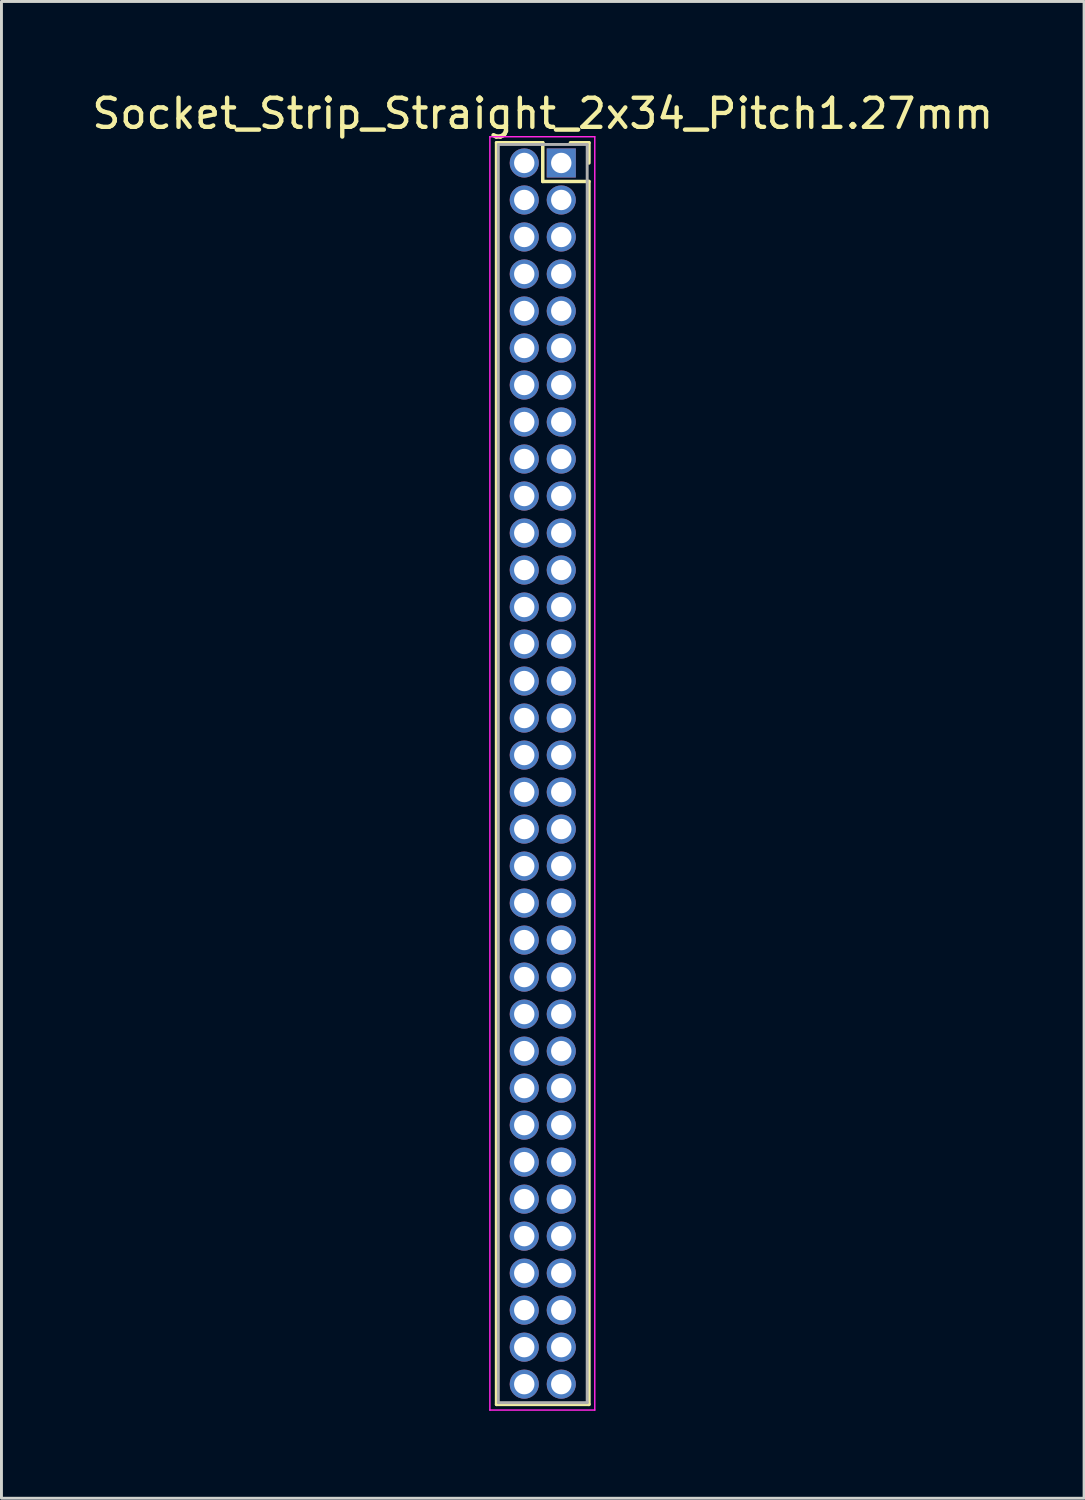
<source format=kicad_pcb>
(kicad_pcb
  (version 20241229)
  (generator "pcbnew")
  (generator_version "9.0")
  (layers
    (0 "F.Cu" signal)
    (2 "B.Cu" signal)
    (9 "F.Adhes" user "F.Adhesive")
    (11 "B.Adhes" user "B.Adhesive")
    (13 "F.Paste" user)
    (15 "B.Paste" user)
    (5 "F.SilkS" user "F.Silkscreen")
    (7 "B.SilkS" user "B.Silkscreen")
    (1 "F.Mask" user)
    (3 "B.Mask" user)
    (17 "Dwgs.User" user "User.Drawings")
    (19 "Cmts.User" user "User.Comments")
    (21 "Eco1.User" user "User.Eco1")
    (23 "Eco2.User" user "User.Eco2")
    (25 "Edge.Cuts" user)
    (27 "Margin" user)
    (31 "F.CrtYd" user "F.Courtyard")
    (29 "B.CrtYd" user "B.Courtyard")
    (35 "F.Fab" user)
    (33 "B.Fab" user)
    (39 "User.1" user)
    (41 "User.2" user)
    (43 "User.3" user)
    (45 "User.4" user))
  (footprint "Socket_Strip_Straight_2x34_Pitch1.27mm"
    (layer "F.Cu")
    (at 16.212 2.543)
    (property "Reference" "Socket_Strip_Straight_2x34_Pitch1.27mm" (at -0.635 -1.695 0) (layer "F.SilkS") (effects (font (size 1 1) (thickness 0.15))))
    (attr through_hole)
    (fp_line (start -2.22 -0.695) (end -0.635 -0.695) (stroke (width 0.12) (type solid)) (layer "F.SilkS"))
    (fp_line (start -2.22 42.605) (end -2.22 -0.695) (stroke (width 0.12) (type solid)) (layer "F.SilkS"))
    (fp_line (start -0.635 -0.695) (end -0.635 0.635) (stroke (width 0.12) (type solid)) (layer "F.SilkS"))
    (fp_line (start -0.635 0.635) (end 0.95 0.635) (stroke (width 0.12) (type solid)) (layer "F.SilkS"))
    (fp_line (start 0.95 -0.695) (end 0.315 -0.695) (stroke (width 0.12) (type solid)) (layer "F.SilkS"))
    (fp_line (start 0.95 0) (end 0.95 -0.695) (stroke (width 0.12) (type solid)) (layer "F.SilkS"))
    (fp_line (start 0.95 0.635) (end 0.95 42.605) (stroke (width 0.12) (type solid)) (layer "F.SilkS"))
    (fp_line (start 0.95 42.605) (end -2.22 42.605) (stroke (width 0.12) (type solid)) (layer "F.SilkS"))
    (fp_line (start -2.45 -0.9) (end -2.45 42.8) (stroke (width 0.05) (type solid)) (layer "F.CrtYd"))
    (fp_line (start -2.45 42.8) (end 1.15 42.8) (stroke (width 0.05) (type solid)) (layer "F.CrtYd"))
    (fp_line (start 1.15 -0.9) (end -2.45 -0.9) (stroke (width 0.05) (type solid)) (layer "F.CrtYd"))
    (fp_line (start 1.15 42.8) (end 1.15 -0.9) (stroke (width 0.05) (type solid)) (layer "F.CrtYd"))
    (fp_line (start -2.16 -0.635) (end -2.16 42.545) (stroke (width 0.1) (type solid)) (layer "F.Fab"))
    (fp_line (start -2.16 42.545) (end 0.89 42.545) (stroke (width 0.1) (type solid)) (layer "F.Fab"))
    (fp_line (start 0.89 -0.635) (end -2.16 -0.635) (stroke (width 0.1) (type solid)) (layer "F.Fab"))
    (fp_line (start 0.89 42.545) (end 0.89 -0.635) (stroke (width 0.1) (type solid)) (layer "F.Fab"))
    (pad "1" thru_hole rect (at 0 0) (size 1 1) (drill 0.7) (layers "*.Cu" "*.Mask"))
    (pad "2" thru_hole oval (at -1.27 0) (size 1 1) (drill 0.7) (layers "*.Cu" "*.Mask"))
    (pad "3" thru_hole oval (at 0 1.27) (size 1 1) (drill 0.7) (layers "*.Cu" "*.Mask"))
    (pad "4" thru_hole oval (at -1.27 1.27) (size 1 1) (drill 0.7) (layers "*.Cu" "*.Mask"))
    (pad "5" thru_hole oval (at 0 2.54) (size 1 1) (drill 0.7) (layers "*.Cu" "*.Mask"))
    (pad "6" thru_hole oval (at -1.27 2.54) (size 1 1) (drill 0.7) (layers "*.Cu" "*.Mask"))
    (pad "7" thru_hole oval (at 0 3.81) (size 1 1) (drill 0.7) (layers "*.Cu" "*.Mask"))
    (pad "8" thru_hole oval (at -1.27 3.81) (size 1 1) (drill 0.7) (layers "*.Cu" "*.Mask"))
    (pad "9" thru_hole oval (at 0 5.08) (size 1 1) (drill 0.7) (layers "*.Cu" "*.Mask"))
    (pad "10" thru_hole oval (at -1.27 5.08) (size 1 1) (drill 0.7) (layers "*.Cu" "*.Mask"))
    (pad "11" thru_hole oval (at 0 6.35) (size 1 1) (drill 0.7) (layers "*.Cu" "*.Mask"))
    (pad "12" thru_hole oval (at -1.27 6.35) (size 1 1) (drill 0.7) (layers "*.Cu" "*.Mask"))
    (pad "13" thru_hole oval (at 0 7.62) (size 1 1) (drill 0.7) (layers "*.Cu" "*.Mask"))
    (pad "14" thru_hole oval (at -1.27 7.62) (size 1 1) (drill 0.7) (layers "*.Cu" "*.Mask"))
    (pad "15" thru_hole oval (at 0 8.89) (size 1 1) (drill 0.7) (layers "*.Cu" "*.Mask"))
    (pad "16" thru_hole oval (at -1.27 8.89) (size 1 1) (drill 0.7) (layers "*.Cu" "*.Mask"))
    (pad "17" thru_hole oval (at 0 10.16) (size 1 1) (drill 0.7) (layers "*.Cu" "*.Mask"))
    (pad "18" thru_hole oval (at -1.27 10.16) (size 1 1) (drill 0.7) (layers "*.Cu" "*.Mask"))
    (pad "19" thru_hole oval (at 0 11.43) (size 1 1) (drill 0.7) (layers "*.Cu" "*.Mask"))
    (pad "20" thru_hole oval (at -1.27 11.43) (size 1 1) (drill 0.7) (layers "*.Cu" "*.Mask"))
    (pad "21" thru_hole oval (at 0 12.7) (size 1 1) (drill 0.7) (layers "*.Cu" "*.Mask"))
    (pad "22" thru_hole oval (at -1.27 12.7) (size 1 1) (drill 0.7) (layers "*.Cu" "*.Mask"))
    (pad "23" thru_hole oval (at 0 13.97) (size 1 1) (drill 0.7) (layers "*.Cu" "*.Mask"))
    (pad "24" thru_hole oval (at -1.27 13.97) (size 1 1) (drill 0.7) (layers "*.Cu" "*.Mask"))
    (pad "25" thru_hole oval (at 0 15.24) (size 1 1) (drill 0.7) (layers "*.Cu" "*.Mask"))
    (pad "26" thru_hole oval (at -1.27 15.24) (size 1 1) (drill 0.7) (layers "*.Cu" "*.Mask"))
    (pad "27" thru_hole oval (at 0 16.51) (size 1 1) (drill 0.7) (layers "*.Cu" "*.Mask"))
    (pad "28" thru_hole oval (at -1.27 16.51) (size 1 1) (drill 0.7) (layers "*.Cu" "*.Mask"))
    (pad "29" thru_hole oval (at 0 17.78) (size 1 1) (drill 0.7) (layers "*.Cu" "*.Mask"))
    (pad "30" thru_hole oval (at -1.27 17.78) (size 1 1) (drill 0.7) (layers "*.Cu" "*.Mask"))
    (pad "31" thru_hole oval (at 0 19.05) (size 1 1) (drill 0.7) (layers "*.Cu" "*.Mask"))
    (pad "32" thru_hole oval (at -1.27 19.05) (size 1 1) (drill 0.7) (layers "*.Cu" "*.Mask"))
    (pad "33" thru_hole oval (at 0 20.32) (size 1 1) (drill 0.7) (layers "*.Cu" "*.Mask"))
    (pad "34" thru_hole oval (at -1.27 20.32) (size 1 1) (drill 0.7) (layers "*.Cu" "*.Mask"))
    (pad "35" thru_hole oval (at 0 21.59) (size 1 1) (drill 0.7) (layers "*.Cu" "*.Mask"))
    (pad "36" thru_hole oval (at -1.27 21.59) (size 1 1) (drill 0.7) (layers "*.Cu" "*.Mask"))
    (pad "37" thru_hole oval (at 0 22.86) (size 1 1) (drill 0.7) (layers "*.Cu" "*.Mask"))
    (pad "38" thru_hole oval (at -1.27 22.86) (size 1 1) (drill 0.7) (layers "*.Cu" "*.Mask"))
    (pad "39" thru_hole oval (at 0 24.13) (size 1 1) (drill 0.7) (layers "*.Cu" "*.Mask"))
    (pad "40" thru_hole oval (at -1.27 24.13) (size 1 1) (drill 0.7) (layers "*.Cu" "*.Mask"))
    (pad "41" thru_hole oval (at 0 25.4) (size 1 1) (drill 0.7) (layers "*.Cu" "*.Mask"))
    (pad "42" thru_hole oval (at -1.27 25.4) (size 1 1) (drill 0.7) (layers "*.Cu" "*.Mask"))
    (pad "43" thru_hole oval (at 0 26.67) (size 1 1) (drill 0.7) (layers "*.Cu" "*.Mask"))
    (pad "44" thru_hole oval (at -1.27 26.67) (size 1 1) (drill 0.7) (layers "*.Cu" "*.Mask"))
    (pad "45" thru_hole oval (at 0 27.94) (size 1 1) (drill 0.7) (layers "*.Cu" "*.Mask"))
    (pad "46" thru_hole oval (at -1.27 27.94) (size 1 1) (drill 0.7) (layers "*.Cu" "*.Mask"))
    (pad "47" thru_hole oval (at 0 29.21) (size 1 1) (drill 0.7) (layers "*.Cu" "*.Mask"))
    (pad "48" thru_hole oval (at -1.27 29.21) (size 1 1) (drill 0.7) (layers "*.Cu" "*.Mask"))
    (pad "49" thru_hole oval (at 0 30.48) (size 1 1) (drill 0.7) (layers "*.Cu" "*.Mask"))
    (pad "50" thru_hole oval (at -1.27 30.48) (size 1 1) (drill 0.7) (layers "*.Cu" "*.Mask"))
    (pad "51" thru_hole oval (at 0 31.75) (size 1 1) (drill 0.7) (layers "*.Cu" "*.Mask"))
    (pad "52" thru_hole oval (at -1.27 31.75) (size 1 1) (drill 0.7) (layers "*.Cu" "*.Mask"))
    (pad "53" thru_hole oval (at 0 33.02) (size 1 1) (drill 0.7) (layers "*.Cu" "*.Mask"))
    (pad "54" thru_hole oval (at -1.27 33.02) (size 1 1) (drill 0.7) (layers "*.Cu" "*.Mask"))
    (pad "55" thru_hole oval (at 0 34.29) (size 1 1) (drill 0.7) (layers "*.Cu" "*.Mask"))
    (pad "56" thru_hole oval (at -1.27 34.29) (size 1 1) (drill 0.7) (layers "*.Cu" "*.Mask"))
    (pad "57" thru_hole oval (at 0 35.56) (size 1 1) (drill 0.7) (layers "*.Cu" "*.Mask"))
    (pad "58" thru_hole oval (at -1.27 35.56) (size 1 1) (drill 0.7) (layers "*.Cu" "*.Mask"))
    (pad "59" thru_hole oval (at 0 36.83) (size 1 1) (drill 0.7) (layers "*.Cu" "*.Mask"))
    (pad "60" thru_hole oval (at -1.27 36.83) (size 1 1) (drill 0.7) (layers "*.Cu" "*.Mask"))
    (pad "61" thru_hole oval (at 0 38.1) (size 1 1) (drill 0.7) (layers "*.Cu" "*.Mask"))
    (pad "62" thru_hole oval (at -1.27 38.1) (size 1 1) (drill 0.7) (layers "*.Cu" "*.Mask"))
    (pad "63" thru_hole oval (at 0 39.37) (size 1 1) (drill 0.7) (layers "*.Cu" "*.Mask"))
    (pad "64" thru_hole oval (at -1.27 39.37) (size 1 1) (drill 0.7) (layers "*.Cu" "*.Mask"))
    (pad "65" thru_hole oval (at 0 40.64) (size 1 1) (drill 0.7) (layers "*.Cu" "*.Mask"))
    (pad "66" thru_hole oval (at -1.27 40.64) (size 1 1) (drill 0.7) (layers "*.Cu" "*.Mask"))
    (pad "67" thru_hole oval (at 0 41.91) (size 1 1) (drill 0.7) (layers "*.Cu" "*.Mask"))
    (pad "68" thru_hole oval (at -1.27 41.91) (size 1 1) (drill 0.7) (layers "*.Cu" "*.Mask")))
  (gr_rect
    (start -3 -3)
    (end 34.155 48.368)
    (stroke (width 0.1) (type default))
    (fill no)
    (layer "Edge.Cuts")))
</source>
